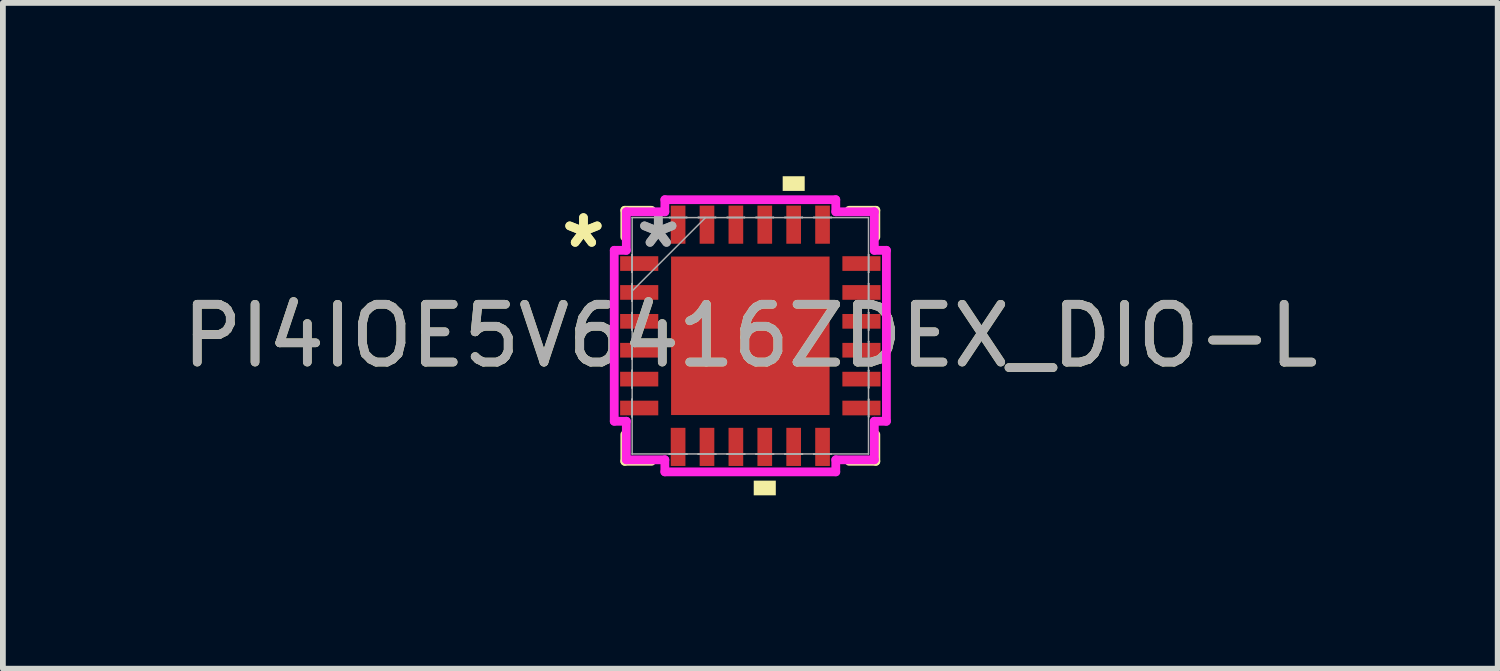
<source format=kicad_pcb>
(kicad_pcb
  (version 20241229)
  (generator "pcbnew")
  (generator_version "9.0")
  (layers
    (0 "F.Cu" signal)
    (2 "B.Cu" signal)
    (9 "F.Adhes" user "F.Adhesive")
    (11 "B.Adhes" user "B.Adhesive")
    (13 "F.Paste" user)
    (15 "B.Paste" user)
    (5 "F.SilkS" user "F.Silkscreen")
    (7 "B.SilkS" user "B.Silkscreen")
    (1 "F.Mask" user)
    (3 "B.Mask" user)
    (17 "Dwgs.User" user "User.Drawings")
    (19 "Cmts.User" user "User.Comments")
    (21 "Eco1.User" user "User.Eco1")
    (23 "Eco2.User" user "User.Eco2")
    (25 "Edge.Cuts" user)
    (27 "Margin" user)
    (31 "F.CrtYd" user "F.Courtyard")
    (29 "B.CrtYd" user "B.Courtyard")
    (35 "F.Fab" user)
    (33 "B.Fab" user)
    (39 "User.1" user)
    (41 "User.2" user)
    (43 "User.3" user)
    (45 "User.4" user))
  (footprint "PI4IOE5V6416ZDEX_DIO-L"
    (layer "F.Cu")
    (at 9.935 2.761)
    (property "Reference" "PI4IOE5V6416ZDEX_DIO-L" (at 0 0 0) (unlocked yes) (layer "F.SilkS") (effects (font (size 1 1) (thickness 0.15))))
    (attr smd)
    (fp_line (start -2.172 -2.172) (end -2.172 -1.71) (stroke (width 0.152) (type solid)) (layer "F.SilkS"))
    (fp_line (start -2.172 1.71) (end -2.172 2.172) (stroke (width 0.152) (type solid)) (layer "F.SilkS"))
    (fp_line (start -2.172 2.172) (end -1.71 2.172) (stroke (width 0.152) (type solid)) (layer "F.SilkS"))
    (fp_line (start -1.71 -2.172) (end -2.172 -2.172) (stroke (width 0.152) (type solid)) (layer "F.SilkS"))
    (fp_line (start 1.71 2.172) (end 2.172 2.172) (stroke (width 0.152) (type solid)) (layer "F.SilkS"))
    (fp_line (start 2.172 -2.172) (end 1.71 -2.172) (stroke (width 0.152) (type solid)) (layer "F.SilkS"))
    (fp_line (start 2.172 -1.71) (end 2.172 -2.172) (stroke (width 0.152) (type solid)) (layer "F.SilkS"))
    (fp_line (start 2.172 2.172) (end 2.172 1.71) (stroke (width 0.152) (type solid)) (layer "F.SilkS"))
    (fp_poly (pts (xy 0.059 2.507) (xy 0.059 2.761) (xy 0.441 2.761) (xy 0.441 2.507)) (stroke (width 0) (type solid)) (fill yes) (layer "F.SilkS"))
    (fp_poly (pts (xy 0.56 -2.507) (xy 0.56 -2.761) (xy 0.941 -2.761) (xy 0.941 -2.507)) (stroke (width 0) (type solid)) (fill yes) (layer "F.SilkS"))
    (fp_poly (pts (xy -1.272 -1.272) (xy -1.272 -0.1) (xy -0.1 -0.1) (xy -0.1 -1.272)) (stroke (width 0) (type solid)) (fill yes) (layer "F.Paste"))
    (fp_poly (pts (xy -1.272 0.1) (xy -1.272 1.272) (xy -0.1 1.272) (xy -0.1 0.1)) (stroke (width 0) (type solid)) (fill yes) (layer "F.Paste"))
    (fp_poly (pts (xy 0.1 -1.272) (xy 0.1 -0.1) (xy 1.272 -0.1) (xy 1.272 -1.272)) (stroke (width 0) (type solid)) (fill yes) (layer "F.Paste"))
    (fp_poly (pts (xy 0.1 0.1) (xy 0.1 1.272) (xy 1.272 1.272) (xy 1.272 0.1)) (stroke (width 0) (type solid)) (fill yes) (layer "F.Paste"))
    (fp_line (start -2.355 -1.479) (end -2.146 -1.479) (stroke (width 0.152) (type solid)) (layer "F.CrtYd"))
    (fp_line (start -2.355 1.479) (end -2.355 -1.479) (stroke (width 0.152) (type solid)) (layer "F.CrtYd"))
    (fp_line (start -2.146 -2.146) (end -1.479 -2.146) (stroke (width 0.152) (type solid)) (layer "F.CrtYd"))
    (fp_line (start -2.146 -1.479) (end -2.146 -2.146) (stroke (width 0.152) (type solid)) (layer "F.CrtYd"))
    (fp_line (start -2.146 1.479) (end -2.355 1.479) (stroke (width 0.152) (type solid)) (layer "F.CrtYd"))
    (fp_line (start -2.146 2.146) (end -2.146 1.479) (stroke (width 0.152) (type solid)) (layer "F.CrtYd"))
    (fp_line (start -1.479 -2.355) (end 1.479 -2.355) (stroke (width 0.152) (type solid)) (layer "F.CrtYd"))
    (fp_line (start -1.479 -2.146) (end -1.479 -2.355) (stroke (width 0.152) (type solid)) (layer "F.CrtYd"))
    (fp_line (start -1.479 2.146) (end -2.146 2.146) (stroke (width 0.152) (type solid)) (layer "F.CrtYd"))
    (fp_line (start -1.479 2.355) (end -1.479 2.146) (stroke (width 0.152) (type solid)) (layer "F.CrtYd"))
    (fp_line (start 1.479 -2.355) (end 1.479 -2.146) (stroke (width 0.152) (type solid)) (layer "F.CrtYd"))
    (fp_line (start 1.479 -2.146) (end 2.146 -2.146) (stroke (width 0.152) (type solid)) (layer "F.CrtYd"))
    (fp_line (start 1.479 2.146) (end 1.479 2.355) (stroke (width 0.152) (type solid)) (layer "F.CrtYd"))
    (fp_line (start 1.479 2.355) (end -1.479 2.355) (stroke (width 0.152) (type solid)) (layer "F.CrtYd"))
    (fp_line (start 2.146 -2.146) (end 2.146 -1.479) (stroke (width 0.152) (type solid)) (layer "F.CrtYd"))
    (fp_line (start 2.146 -1.479) (end 2.355 -1.479) (stroke (width 0.152) (type solid)) (layer "F.CrtYd"))
    (fp_line (start 2.146 1.479) (end 2.146 2.146) (stroke (width 0.152) (type solid)) (layer "F.CrtYd"))
    (fp_line (start 2.146 2.146) (end 1.479 2.146) (stroke (width 0.152) (type solid)) (layer "F.CrtYd"))
    (fp_line (start 2.355 -1.479) (end 2.355 1.479) (stroke (width 0.152) (type solid)) (layer "F.CrtYd"))
    (fp_line (start 2.355 1.479) (end 2.146 1.479) (stroke (width 0.152) (type solid)) (layer "F.CrtYd"))
    (fp_line (start -2.05 -1.402) (end -2.05 -1.098) (stroke (width 0.025) (type solid)) (layer "F.Fab"))
    (fp_line (start -2.05 -1.098) (end -2.045 -1.098) (stroke (width 0.025) (type solid)) (layer "F.Fab"))
    (fp_line (start -2.05 -0.902) (end -2.05 -0.598) (stroke (width 0.025) (type solid)) (layer "F.Fab"))
    (fp_line (start -2.05 -0.598) (end -2.045 -0.598) (stroke (width 0.025) (type solid)) (layer "F.Fab"))
    (fp_line (start -2.05 -0.402) (end -2.05 -0.098) (stroke (width 0.025) (type solid)) (layer "F.Fab"))
    (fp_line (start -2.05 -0.098) (end -2.045 -0.098) (stroke (width 0.025) (type solid)) (layer "F.Fab"))
    (fp_line (start -2.05 0.098) (end -2.05 0.402) (stroke (width 0.025) (type solid)) (layer "F.Fab"))
    (fp_line (start -2.05 0.402) (end -2.045 0.402) (stroke (width 0.025) (type solid)) (layer "F.Fab"))
    (fp_line (start -2.05 0.598) (end -2.05 0.902) (stroke (width 0.025) (type solid)) (layer "F.Fab"))
    (fp_line (start -2.05 0.902) (end -2.045 0.902) (stroke (width 0.025) (type solid)) (layer "F.Fab"))
    (fp_line (start -2.05 1.098) (end -2.05 1.402) (stroke (width 0.025) (type solid)) (layer "F.Fab"))
    (fp_line (start -2.05 1.402) (end -2.045 1.402) (stroke (width 0.025) (type solid)) (layer "F.Fab"))
    (fp_line (start -2.045 -2.045) (end -2.045 -2.045) (stroke (width 0.025) (type solid)) (layer "F.Fab"))
    (fp_line (start -2.045 -2.045) (end -2.045 2.045) (stroke (width 0.025) (type solid)) (layer "F.Fab"))
    (fp_line (start -2.045 -1.402) (end -2.05 -1.402) (stroke (width 0.025) (type solid)) (layer "F.Fab"))
    (fp_line (start -2.045 -1.098) (end -2.045 -1.402) (stroke (width 0.025) (type solid)) (layer "F.Fab"))
    (fp_line (start -2.045 -0.902) (end -2.05 -0.902) (stroke (width 0.025) (type solid)) (layer "F.Fab"))
    (fp_line (start -2.045 -0.775) (end -0.775 -2.045) (stroke (width 0.025) (type solid)) (layer "F.Fab"))
    (fp_line (start -2.045 -0.598) (end -2.045 -0.902) (stroke (width 0.025) (type solid)) (layer "F.Fab"))
    (fp_line (start -2.045 -0.402) (end -2.05 -0.402) (stroke (width 0.025) (type solid)) (layer "F.Fab"))
    (fp_line (start -2.045 -0.098) (end -2.045 -0.402) (stroke (width 0.025) (type solid)) (layer "F.Fab"))
    (fp_line (start -2.045 0.098) (end -2.05 0.098) (stroke (width 0.025) (type solid)) (layer "F.Fab"))
    (fp_line (start -2.045 0.402) (end -2.045 0.098) (stroke (width 0.025) (type solid)) (layer "F.Fab"))
    (fp_line (start -2.045 0.598) (end -2.05 0.598) (stroke (width 0.025) (type solid)) (layer "F.Fab"))
    (fp_line (start -2.045 0.902) (end -2.045 0.598) (stroke (width 0.025) (type solid)) (layer "F.Fab"))
    (fp_line (start -2.045 1.098) (end -2.05 1.098) (stroke (width 0.025) (type solid)) (layer "F.Fab"))
    (fp_line (start -2.045 1.402) (end -2.045 1.098) (stroke (width 0.025) (type solid)) (layer "F.Fab"))
    (fp_line (start -2.045 2.045) (end -2.045 2.045) (stroke (width 0.025) (type solid)) (layer "F.Fab"))
    (fp_line (start -2.045 2.045) (end 2.045 2.045) (stroke (width 0.025) (type solid)) (layer "F.Fab"))
    (fp_line (start -1.402 -2.05) (end -1.402 -2.045) (stroke (width 0.025) (type solid)) (layer "F.Fab"))
    (fp_line (start -1.402 -2.045) (end -1.098 -2.045) (stroke (width 0.025) (type solid)) (layer "F.Fab"))
    (fp_line (start -1.402 2.045) (end -1.402 2.05) (stroke (width 0.025) (type solid)) (layer "F.Fab"))
    (fp_line (start -1.402 2.05) (end -1.098 2.05) (stroke (width 0.025) (type solid)) (layer "F.Fab"))
    (fp_line (start -1.098 -2.05) (end -1.402 -2.05) (stroke (width 0.025) (type solid)) (layer "F.Fab"))
    (fp_line (start -1.098 -2.045) (end -1.098 -2.05) (stroke (width 0.025) (type solid)) (layer "F.Fab"))
    (fp_line (start -1.098 2.045) (end -1.402 2.045) (stroke (width 0.025) (type solid)) (layer "F.Fab"))
    (fp_line (start -1.098 2.05) (end -1.098 2.045) (stroke (width 0.025) (type solid)) (layer "F.Fab"))
    (fp_line (start -0.902 -2.05) (end -0.902 -2.045) (stroke (width 0.025) (type solid)) (layer "F.Fab"))
    (fp_line (start -0.902 -2.045) (end -0.598 -2.045) (stroke (width 0.025) (type solid)) (layer "F.Fab"))
    (fp_line (start -0.902 2.045) (end -0.902 2.05) (stroke (width 0.025) (type solid)) (layer "F.Fab"))
    (fp_line (start -0.902 2.05) (end -0.598 2.05) (stroke (width 0.025) (type solid)) (layer "F.Fab"))
    (fp_line (start -0.598 -2.05) (end -0.902 -2.05) (stroke (width 0.025) (type solid)) (layer "F.Fab"))
    (fp_line (start -0.598 -2.045) (end -0.598 -2.05) (stroke (width 0.025) (type solid)) (layer "F.Fab"))
    (fp_line (start -0.598 2.045) (end -0.902 2.045) (stroke (width 0.025) (type solid)) (layer "F.Fab"))
    (fp_line (start -0.598 2.05) (end -0.598 2.045) (stroke (width 0.025) (type solid)) (layer "F.Fab"))
    (fp_line (start -0.402 -2.05) (end -0.402 -2.045) (stroke (width 0.025) (type solid)) (layer "F.Fab"))
    (fp_line (start -0.402 -2.045) (end -0.098 -2.045) (stroke (width 0.025) (type solid)) (layer "F.Fab"))
    (fp_line (start -0.402 2.045) (end -0.402 2.05) (stroke (width 0.025) (type solid)) (layer "F.Fab"))
    (fp_line (start -0.402 2.05) (end -0.098 2.05) (stroke (width 0.025) (type solid)) (layer "F.Fab"))
    (fp_line (start -0.098 -2.05) (end -0.402 -2.05) (stroke (width 0.025) (type solid)) (layer "F.Fab"))
    (fp_line (start -0.098 -2.045) (end -0.098 -2.05) (stroke (width 0.025) (type solid)) (layer "F.Fab"))
    (fp_line (start -0.098 2.045) (end -0.402 2.045) (stroke (width 0.025) (type solid)) (layer "F.Fab"))
    (fp_line (start -0.098 2.05) (end -0.098 2.045) (stroke (width 0.025) (type solid)) (layer "F.Fab"))
    (fp_line (start 0.098 -2.05) (end 0.098 -2.045) (stroke (width 0.025) (type solid)) (layer "F.Fab"))
    (fp_line (start 0.098 -2.045) (end 0.402 -2.045) (stroke (width 0.025) (type solid)) (layer "F.Fab"))
    (fp_line (start 0.098 2.045) (end 0.098 2.05) (stroke (width 0.025) (type solid)) (layer "F.Fab"))
    (fp_line (start 0.098 2.05) (end 0.402 2.05) (stroke (width 0.025) (type solid)) (layer "F.Fab"))
    (fp_line (start 0.402 -2.05) (end 0.098 -2.05) (stroke (width 0.025) (type solid)) (layer "F.Fab"))
    (fp_line (start 0.402 -2.045) (end 0.402 -2.05) (stroke (width 0.025) (type solid)) (layer "F.Fab"))
    (fp_line (start 0.402 2.045) (end 0.098 2.045) (stroke (width 0.025) (type solid)) (layer "F.Fab"))
    (fp_line (start 0.402 2.05) (end 0.402 2.045) (stroke (width 0.025) (type solid)) (layer "F.Fab"))
    (fp_line (start 0.598 -2.05) (end 0.598 -2.045) (stroke (width 0.025) (type solid)) (layer "F.Fab"))
    (fp_line (start 0.598 -2.045) (end 0.902 -2.045) (stroke (width 0.025) (type solid)) (layer "F.Fab"))
    (fp_line (start 0.598 2.045) (end 0.598 2.05) (stroke (width 0.025) (type solid)) (layer "F.Fab"))
    (fp_line (start 0.598 2.05) (end 0.902 2.05) (stroke (width 0.025) (type solid)) (layer "F.Fab"))
    (fp_line (start 0.902 -2.05) (end 0.598 -2.05) (stroke (width 0.025) (type solid)) (layer "F.Fab"))
    (fp_line (start 0.902 -2.045) (end 0.902 -2.05) (stroke (width 0.025) (type solid)) (layer "F.Fab"))
    (fp_line (start 0.902 2.045) (end 0.598 2.045) (stroke (width 0.025) (type solid)) (layer "F.Fab"))
    (fp_line (start 0.902 2.05) (end 0.902 2.045) (stroke (width 0.025) (type solid)) (layer "F.Fab"))
    (fp_line (start 1.098 -2.05) (end 1.098 -2.045) (stroke (width 0.025) (type solid)) (layer "F.Fab"))
    (fp_line (start 1.098 -2.045) (end 1.402 -2.045) (stroke (width 0.025) (type solid)) (layer "F.Fab"))
    (fp_line (start 1.098 2.045) (end 1.098 2.05) (stroke (width 0.025) (type solid)) (layer "F.Fab"))
    (fp_line (start 1.098 2.05) (end 1.402 2.05) (stroke (width 0.025) (type solid)) (layer "F.Fab"))
    (fp_line (start 1.402 -2.05) (end 1.098 -2.05) (stroke (width 0.025) (type solid)) (layer "F.Fab"))
    (fp_line (start 1.402 -2.045) (end 1.402 -2.05) (stroke (width 0.025) (type solid)) (layer "F.Fab"))
    (fp_line (start 1.402 2.045) (end 1.098 2.045) (stroke (width 0.025) (type solid)) (layer "F.Fab"))
    (fp_line (start 1.402 2.05) (end 1.402 2.045) (stroke (width 0.025) (type solid)) (layer "F.Fab"))
    (fp_line (start 2.045 -2.045) (end -2.045 -2.045) (stroke (width 0.025) (type solid)) (layer "F.Fab"))
    (fp_line (start 2.045 -2.045) (end 2.045 -2.045) (stroke (width 0.025) (type solid)) (layer "F.Fab"))
    (fp_line (start 2.045 -1.402) (end 2.045 -1.098) (stroke (width 0.025) (type solid)) (layer "F.Fab"))
    (fp_line (start 2.045 -1.098) (end 2.05 -1.098) (stroke (width 0.025) (type solid)) (layer "F.Fab"))
    (fp_line (start 2.045 -0.902) (end 2.045 -0.598) (stroke (width 0.025) (type solid)) (layer "F.Fab"))
    (fp_line (start 2.045 -0.598) (end 2.05 -0.598) (stroke (width 0.025) (type solid)) (layer "F.Fab"))
    (fp_line (start 2.045 -0.402) (end 2.045 -0.098) (stroke (width 0.025) (type solid)) (layer "F.Fab"))
    (fp_line (start 2.045 -0.098) (end 2.05 -0.098) (stroke (width 0.025) (type solid)) (layer "F.Fab"))
    (fp_line (start 2.045 0.098) (end 2.045 0.402) (stroke (width 0.025) (type solid)) (layer "F.Fab"))
    (fp_line (start 2.045 0.402) (end 2.05 0.402) (stroke (width 0.025) (type solid)) (layer "F.Fab"))
    (fp_line (start 2.045 0.598) (end 2.045 0.902) (stroke (width 0.025) (type solid)) (layer "F.Fab"))
    (fp_line (start 2.045 0.902) (end 2.05 0.902) (stroke (width 0.025) (type solid)) (layer "F.Fab"))
    (fp_line (start 2.045 1.098) (end 2.045 1.402) (stroke (width 0.025) (type solid)) (layer "F.Fab"))
    (fp_line (start 2.045 1.402) (end 2.05 1.402) (stroke (width 0.025) (type solid)) (layer "F.Fab"))
    (fp_line (start 2.045 2.045) (end 2.045 -2.045) (stroke (width 0.025) (type solid)) (layer "F.Fab"))
    (fp_line (start 2.045 2.045) (end 2.045 2.045) (stroke (width 0.025) (type solid)) (layer "F.Fab"))
    (fp_line (start 2.05 -1.402) (end 2.045 -1.402) (stroke (width 0.025) (type solid)) (layer "F.Fab"))
    (fp_line (start 2.05 -1.098) (end 2.05 -1.402) (stroke (width 0.025) (type solid)) (layer "F.Fab"))
    (fp_line (start 2.05 -0.902) (end 2.045 -0.902) (stroke (width 0.025) (type solid)) (layer "F.Fab"))
    (fp_line (start 2.05 -0.598) (end 2.05 -0.902) (stroke (width 0.025) (type solid)) (layer "F.Fab"))
    (fp_line (start 2.05 -0.402) (end 2.045 -0.402) (stroke (width 0.025) (type solid)) (layer "F.Fab"))
    (fp_line (start 2.05 -0.098) (end 2.05 -0.402) (stroke (width 0.025) (type solid)) (layer "F.Fab"))
    (fp_line (start 2.05 0.098) (end 2.045 0.098) (stroke (width 0.025) (type solid)) (layer "F.Fab"))
    (fp_line (start 2.05 0.402) (end 2.05 0.098) (stroke (width 0.025) (type solid)) (layer "F.Fab"))
    (fp_line (start 2.05 0.598) (end 2.045 0.598) (stroke (width 0.025) (type solid)) (layer "F.Fab"))
    (fp_line (start 2.05 0.902) (end 2.05 0.598) (stroke (width 0.025) (type solid)) (layer "F.Fab"))
    (fp_line (start 2.05 1.098) (end 2.045 1.098) (stroke (width 0.025) (type solid)) (layer "F.Fab"))
    (fp_line (start 2.05 1.402) (end 2.05 1.098) (stroke (width 0.025) (type solid)) (layer "F.Fab"))
    (fp_text user "*" (at -2.888 -1.5 0) (unlocked yes) (layer "F.SilkS") (effects (font (size 1 1) (thickness 0.15))))
    (fp_text user "*" (at -2.888 -1.5 0) (layer "F.SilkS") (effects (font (size 1 1) (thickness 0.15))))
    (fp_text user "*" (at -1.593 -1.5 0) (unlocked yes) (layer "F.Fab") (effects (font (size 1 1) (thickness 0.15))))
    (fp_text user "*" (at -1.593 -1.5 0) (layer "F.Fab") (effects (font (size 1 1) (thickness 0.15))))
    (fp_text user "${REFERENCE}" (at 0 0 0) (unlocked yes) (layer "F.Fab") (effects (font (size 1 1) (thickness 0.15))))
    (pad "1" smd rect (at -1.923 -1.25 90) (size 0.254 0.66) (layers "F.Cu" "F.Mask" "F.Paste"))
    (pad "2" smd rect (at -1.923 -0.75 90) (size 0.254 0.66) (layers "F.Cu" "F.Mask" "F.Paste"))
    (pad "3" smd rect (at -1.923 -0.25 90) (size 0.254 0.66) (layers "F.Cu" "F.Mask" "F.Paste"))
    (pad "4" smd rect (at -1.923 0.25 90) (size 0.254 0.66) (layers "F.Cu" "F.Mask" "F.Paste"))
    (pad "5" smd rect (at -1.923 0.75 90) (size 0.254 0.66) (layers "F.Cu" "F.Mask" "F.Paste"))
    (pad "6" smd rect (at -1.923 1.25 90) (size 0.254 0.66) (layers "F.Cu" "F.Mask" "F.Paste"))
    (pad "7" smd rect (at -1.25 1.923) (size 0.254 0.66) (layers "F.Cu" "F.Mask" "F.Paste"))
    (pad "8" smd rect (at -0.75 1.923) (size 0.254 0.66) (layers "F.Cu" "F.Mask" "F.Paste"))
    (pad "9" smd rect (at -0.25 1.923) (size 0.254 0.66) (layers "F.Cu" "F.Mask" "F.Paste"))
    (pad "10" smd rect (at 0.25 1.923) (size 0.254 0.66) (layers "F.Cu" "F.Mask" "F.Paste"))
    (pad "11" smd rect (at 0.75 1.923) (size 0.254 0.66) (layers "F.Cu" "F.Mask" "F.Paste"))
    (pad "12" smd rect (at 1.25 1.923) (size 0.254 0.66) (layers "F.Cu" "F.Mask" "F.Paste"))
    (pad "13" smd rect (at 1.923 1.25 90) (size 0.254 0.66) (layers "F.Cu" "F.Mask" "F.Paste"))
    (pad "14" smd rect (at 1.923 0.75 90) (size 0.254 0.66) (layers "F.Cu" "F.Mask" "F.Paste"))
    (pad "15" smd rect (at 1.923 0.25 90) (size 0.254 0.66) (layers "F.Cu" "F.Mask" "F.Paste"))
    (pad "16" smd rect (at 1.923 -0.25 90) (size 0.254 0.66) (layers "F.Cu" "F.Mask" "F.Paste"))
    (pad "17" smd rect (at 1.923 -0.75 90) (size 0.254 0.66) (layers "F.Cu" "F.Mask" "F.Paste"))
    (pad "18" smd rect (at 1.923 -1.25 90) (size 0.254 0.66) (layers "F.Cu" "F.Mask" "F.Paste"))
    (pad "19" smd rect (at 1.25 -1.923) (size 0.254 0.66) (layers "F.Cu" "F.Mask" "F.Paste"))
    (pad "20" smd rect (at 0.75 -1.923) (size 0.254 0.66) (layers "F.Cu" "F.Mask" "F.Paste"))
    (pad "21" smd rect (at 0.25 -1.923) (size 0.254 0.66) (layers "F.Cu" "F.Mask" "F.Paste"))
    (pad "22" smd rect (at -0.25 -1.923) (size 0.254 0.66) (layers "F.Cu" "F.Mask" "F.Paste"))
    (pad "23" smd rect (at -0.75 -1.923) (size 0.254 0.66) (layers "F.Cu" "F.Mask" "F.Paste"))
    (pad "24" smd rect (at -1.25 -1.923) (size 0.254 0.66) (layers "F.Cu" "F.Mask" "F.Paste"))
    (pad "25" smd rect (at 0 0) (size 2.743 2.743) (layers "F.Cu" "F.Mask")))
  (gr_rect
    (start -3 -3)
    (end 22.869 8.522)
    (stroke (width 0.1) (type default))
    (fill no)
    (layer "Edge.Cuts")))
</source>
